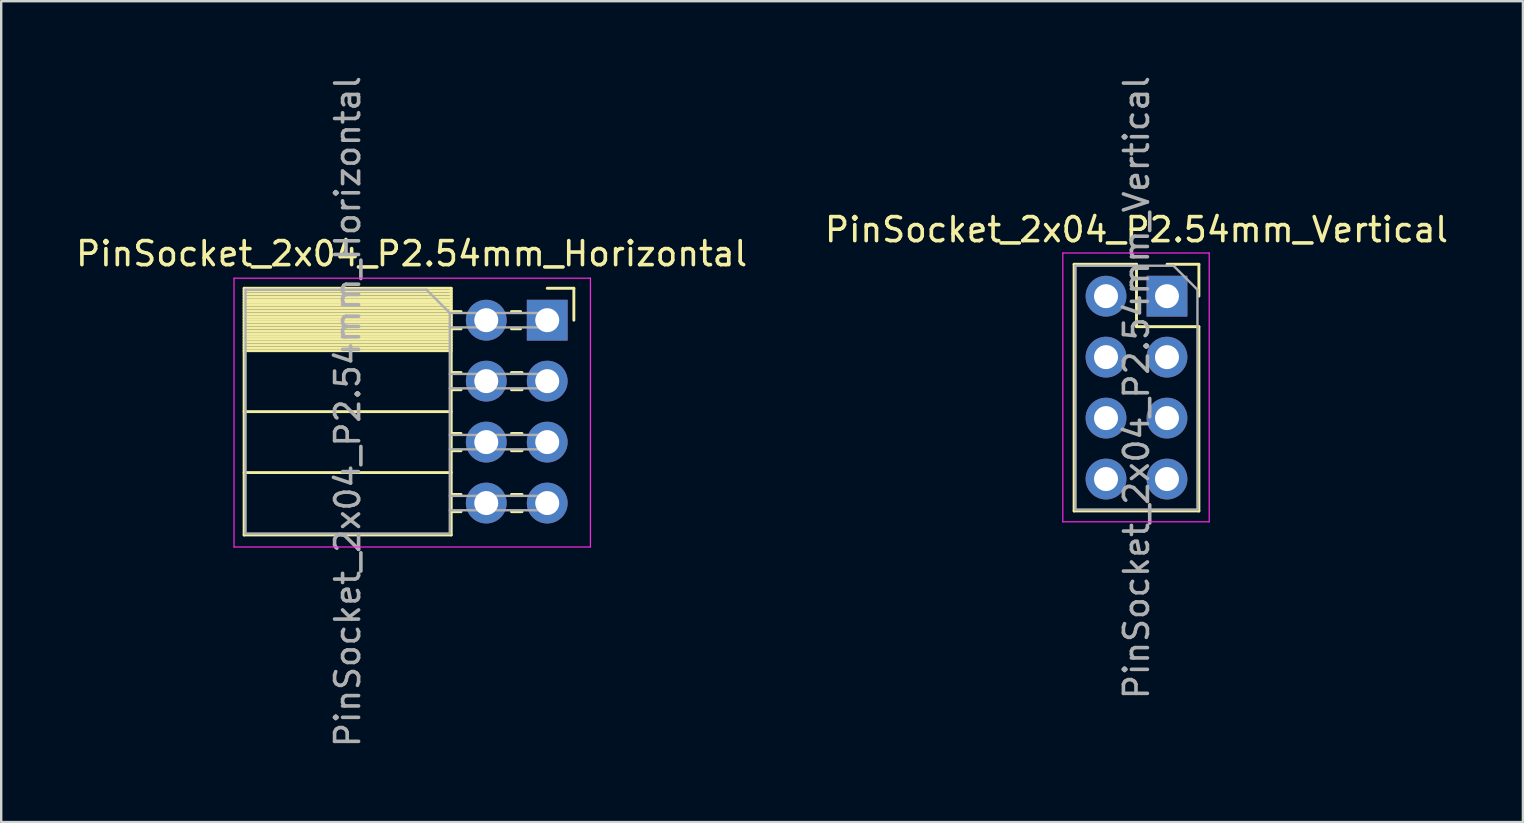
<source format=kicad_pcb>
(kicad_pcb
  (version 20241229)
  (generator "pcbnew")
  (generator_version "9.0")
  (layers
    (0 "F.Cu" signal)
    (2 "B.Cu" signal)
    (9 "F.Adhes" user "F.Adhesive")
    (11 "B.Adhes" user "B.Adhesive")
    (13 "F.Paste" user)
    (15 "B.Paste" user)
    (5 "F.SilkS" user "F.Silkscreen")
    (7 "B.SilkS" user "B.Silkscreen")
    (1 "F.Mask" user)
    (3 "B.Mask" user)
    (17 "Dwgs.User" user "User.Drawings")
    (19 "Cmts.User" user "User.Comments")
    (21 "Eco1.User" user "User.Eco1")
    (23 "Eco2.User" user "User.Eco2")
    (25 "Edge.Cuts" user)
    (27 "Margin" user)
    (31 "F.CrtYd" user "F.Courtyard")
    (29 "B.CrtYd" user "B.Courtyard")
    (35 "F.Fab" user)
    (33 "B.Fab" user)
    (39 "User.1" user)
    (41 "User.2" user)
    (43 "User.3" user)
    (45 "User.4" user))
  (footprint "PinSocket_2x04_P2.54mm_Horizontal"
    (layer "F.Cu")
    (at 19.751 10.291)
    (property "Reference" "PinSocket_2x04_P2.54mm_Horizontal" (at -5.65 -2.77 0) (layer "F.SilkS") (effects (font (size 1 1) (thickness 0.15))))
    (attr through_hole)
    (fp_line (start -12.63 -1.33) (end -12.63 8.95) (stroke (width 0.12) (type solid)) (layer "F.SilkS"))
    (fp_line (start -12.63 -1.33) (end -4 -1.33) (stroke (width 0.12) (type solid)) (layer "F.SilkS"))
    (fp_line (start -12.63 -1.21) (end -4 -1.21) (stroke (width 0.12) (type solid)) (layer "F.SilkS"))
    (fp_line (start -12.63 -1.092) (end -4 -1.092) (stroke (width 0.12) (type solid)) (layer "F.SilkS"))
    (fp_line (start -12.63 -0.974) (end -4 -0.974) (stroke (width 0.12) (type solid)) (layer "F.SilkS"))
    (fp_line (start -12.63 -0.856) (end -4 -0.856) (stroke (width 0.12) (type solid)) (layer "F.SilkS"))
    (fp_line (start -12.63 -0.738) (end -4 -0.738) (stroke (width 0.12) (type solid)) (layer "F.SilkS"))
    (fp_line (start -12.63 -0.62) (end -4 -0.62) (stroke (width 0.12) (type solid)) (layer "F.SilkS"))
    (fp_line (start -12.63 -0.501) (end -4 -0.501) (stroke (width 0.12) (type solid)) (layer "F.SilkS"))
    (fp_line (start -12.63 -0.383) (end -4 -0.383) (stroke (width 0.12) (type solid)) (layer "F.SilkS"))
    (fp_line (start -12.63 -0.265) (end -4 -0.265) (stroke (width 0.12) (type solid)) (layer "F.SilkS"))
    (fp_line (start -12.63 -0.147) (end -4 -0.147) (stroke (width 0.12) (type solid)) (layer "F.SilkS"))
    (fp_line (start -12.63 -0.029) (end -4 -0.029) (stroke (width 0.12) (type solid)) (layer "F.SilkS"))
    (fp_line (start -12.63 0.089) (end -4 0.089) (stroke (width 0.12) (type solid)) (layer "F.SilkS"))
    (fp_line (start -12.63 0.207) (end -4 0.207) (stroke (width 0.12) (type solid)) (layer "F.SilkS"))
    (fp_line (start -12.63 0.325) (end -4 0.325) (stroke (width 0.12) (type solid)) (layer "F.SilkS"))
    (fp_line (start -12.63 0.443) (end -4 0.443) (stroke (width 0.12) (type solid)) (layer "F.SilkS"))
    (fp_line (start -12.63 0.561) (end -4 0.561) (stroke (width 0.12) (type solid)) (layer "F.SilkS"))
    (fp_line (start -12.63 0.68) (end -4 0.68) (stroke (width 0.12) (type solid)) (layer "F.SilkS"))
    (fp_line (start -12.63 0.798) (end -4 0.798) (stroke (width 0.12) (type solid)) (layer "F.SilkS"))
    (fp_line (start -12.63 0.916) (end -4 0.916) (stroke (width 0.12) (type solid)) (layer "F.SilkS"))
    (fp_line (start -12.63 1.034) (end -4 1.034) (stroke (width 0.12) (type solid)) (layer "F.SilkS"))
    (fp_line (start -12.63 1.152) (end -4 1.152) (stroke (width 0.12) (type solid)) (layer "F.SilkS"))
    (fp_line (start -12.63 1.27) (end -4 1.27) (stroke (width 0.12) (type solid)) (layer "F.SilkS"))
    (fp_line (start -12.63 3.81) (end -4 3.81) (stroke (width 0.12) (type solid)) (layer "F.SilkS"))
    (fp_line (start -12.63 6.35) (end -4 6.35) (stroke (width 0.12) (type solid)) (layer "F.SilkS"))
    (fp_line (start -12.63 8.95) (end -4 8.95) (stroke (width 0.12) (type solid)) (layer "F.SilkS"))
    (fp_line (start -4 -1.33) (end -4 8.95) (stroke (width 0.12) (type solid)) (layer "F.SilkS"))
    (fp_line (start -4 -0.36) (end -3.59 -0.36) (stroke (width 0.12) (type solid)) (layer "F.SilkS"))
    (fp_line (start -4 0.36) (end -3.59 0.36) (stroke (width 0.12) (type solid)) (layer "F.SilkS"))
    (fp_line (start -4 2.18) (end -3.59 2.18) (stroke (width 0.12) (type solid)) (layer "F.SilkS"))
    (fp_line (start -4 2.9) (end -3.59 2.9) (stroke (width 0.12) (type solid)) (layer "F.SilkS"))
    (fp_line (start -4 4.72) (end -3.59 4.72) (stroke (width 0.12) (type solid)) (layer "F.SilkS"))
    (fp_line (start -4 5.44) (end -3.59 5.44) (stroke (width 0.12) (type solid)) (layer "F.SilkS"))
    (fp_line (start -4 7.26) (end -3.59 7.26) (stroke (width 0.12) (type solid)) (layer "F.SilkS"))
    (fp_line (start -4 7.98) (end -3.59 7.98) (stroke (width 0.12) (type solid)) (layer "F.SilkS"))
    (fp_line (start -1.49 -0.36) (end -1.11 -0.36) (stroke (width 0.12) (type solid)) (layer "F.SilkS"))
    (fp_line (start -1.49 0.36) (end -1.11 0.36) (stroke (width 0.12) (type solid)) (layer "F.SilkS"))
    (fp_line (start -1.49 2.18) (end -1.05 2.18) (stroke (width 0.12) (type solid)) (layer "F.SilkS"))
    (fp_line (start -1.49 2.9) (end -1.05 2.9) (stroke (width 0.12) (type solid)) (layer "F.SilkS"))
    (fp_line (start -1.49 4.72) (end -1.05 4.72) (stroke (width 0.12) (type solid)) (layer "F.SilkS"))
    (fp_line (start -1.49 5.44) (end -1.05 5.44) (stroke (width 0.12) (type solid)) (layer "F.SilkS"))
    (fp_line (start -1.49 7.26) (end -1.05 7.26) (stroke (width 0.12) (type solid)) (layer "F.SilkS"))
    (fp_line (start -1.49 7.98) (end -1.05 7.98) (stroke (width 0.12) (type solid)) (layer "F.SilkS"))
    (fp_line (start 0 -1.33) (end 1.11 -1.33) (stroke (width 0.12) (type solid)) (layer "F.SilkS"))
    (fp_line (start 1.11 -1.33) (end 1.11 0) (stroke (width 0.12) (type solid)) (layer "F.SilkS"))
    (fp_line (start -13.05 -1.75) (end -13.05 9.45) (stroke (width 0.05) (type solid)) (layer "F.CrtYd"))
    (fp_line (start -13.05 9.45) (end 1.8 9.45) (stroke (width 0.05) (type solid)) (layer "F.CrtYd"))
    (fp_line (start 1.8 -1.75) (end -13.05 -1.75) (stroke (width 0.05) (type solid)) (layer "F.CrtYd"))
    (fp_line (start 1.8 9.45) (end 1.8 -1.75) (stroke (width 0.05) (type solid)) (layer "F.CrtYd"))
    (fp_line (start -12.57 -1.27) (end -5.03 -1.27) (stroke (width 0.1) (type solid)) (layer "F.Fab"))
    (fp_line (start -12.57 8.89) (end -12.57 -1.27) (stroke (width 0.1) (type solid)) (layer "F.Fab"))
    (fp_line (start -5.03 -1.27) (end -4.06 -0.3) (stroke (width 0.1) (type solid)) (layer "F.Fab"))
    (fp_line (start -4.06 -0.3) (end -4.06 8.89) (stroke (width 0.1) (type solid)) (layer "F.Fab"))
    (fp_line (start -4.06 0.3) (end 0 0.3) (stroke (width 0.1) (type solid)) (layer "F.Fab"))
    (fp_line (start -4.06 2.84) (end 0 2.84) (stroke (width 0.1) (type solid)) (layer "F.Fab"))
    (fp_line (start -4.06 5.38) (end 0 5.38) (stroke (width 0.1) (type solid)) (layer "F.Fab"))
    (fp_line (start -4.06 7.92) (end 0 7.92) (stroke (width 0.1) (type solid)) (layer "F.Fab"))
    (fp_line (start -4.06 8.89) (end -12.57 8.89) (stroke (width 0.1) (type solid)) (layer "F.Fab"))
    (fp_line (start 0 -0.3) (end -4.06 -0.3) (stroke (width 0.1) (type solid)) (layer "F.Fab"))
    (fp_line (start 0 0.3) (end 0 -0.3) (stroke (width 0.1) (type solid)) (layer "F.Fab"))
    (fp_line (start 0 2.24) (end -4.06 2.24) (stroke (width 0.1) (type solid)) (layer "F.Fab"))
    (fp_line (start 0 2.84) (end 0 2.24) (stroke (width 0.1) (type solid)) (layer "F.Fab"))
    (fp_line (start 0 4.78) (end -4.06 4.78) (stroke (width 0.1) (type solid)) (layer "F.Fab"))
    (fp_line (start 0 5.38) (end 0 4.78) (stroke (width 0.1) (type solid)) (layer "F.Fab"))
    (fp_line (start 0 7.32) (end -4.06 7.32) (stroke (width 0.1) (type solid)) (layer "F.Fab"))
    (fp_line (start 0 7.92) (end 0 7.32) (stroke (width 0.1) (type solid)) (layer "F.Fab"))
    (fp_text user "${REFERENCE}" (at -8.315 3.81 90) (layer "F.Fab") (effects (font (size 1 1) (thickness 0.15))))
    (pad "1" thru_hole rect (at 0 0) (size 1.7 1.7) (drill 1) (layers "*.Cu" "*.Mask"))
    (pad "2" thru_hole oval (at -2.54 0) (size 1.7 1.7) (drill 1) (layers "*.Cu" "*.Mask"))
    (pad "3" thru_hole oval (at 0 2.54) (size 1.7 1.7) (drill 1) (layers "*.Cu" "*.Mask"))
    (pad "4" thru_hole oval (at -2.54 2.54) (size 1.7 1.7) (drill 1) (layers "*.Cu" "*.Mask"))
    (pad "5" thru_hole oval (at 0 5.08) (size 1.7 1.7) (drill 1) (layers "*.Cu" "*.Mask"))
    (pad "6" thru_hole oval (at -2.54 5.08) (size 1.7 1.7) (drill 1) (layers "*.Cu" "*.Mask"))
    (pad "7" thru_hole oval (at 0 7.62) (size 1.7 1.7) (drill 1) (layers "*.Cu" "*.Mask"))
    (pad "8" thru_hole oval (at -2.54 7.62) (size 1.7 1.7) (drill 1) (layers "*.Cu" "*.Mask")))
  (footprint "PinSocket_2x04_P2.54mm_Vertical"
    (layer "F.Cu")
    (at 45.574 9.291)
    (property "Reference" "PinSocket_2x04_P2.54mm_Vertical" (at -1.27 -2.77 0) (layer "F.SilkS") (effects (font (size 1 1) (thickness 0.15))))
    (attr through_hole)
    (fp_line (start -3.87 -1.33) (end -3.87 8.95) (stroke (width 0.12) (type solid)) (layer "F.SilkS"))
    (fp_line (start -3.87 -1.33) (end -1.27 -1.33) (stroke (width 0.12) (type solid)) (layer "F.SilkS"))
    (fp_line (start -3.87 8.95) (end 1.33 8.95) (stroke (width 0.12) (type solid)) (layer "F.SilkS"))
    (fp_line (start -1.27 -1.33) (end -1.27 1.27) (stroke (width 0.12) (type solid)) (layer "F.SilkS"))
    (fp_line (start -1.27 1.27) (end 1.33 1.27) (stroke (width 0.12) (type solid)) (layer "F.SilkS"))
    (fp_line (start 0 -1.33) (end 1.33 -1.33) (stroke (width 0.12) (type solid)) (layer "F.SilkS"))
    (fp_line (start 1.33 -1.33) (end 1.33 0) (stroke (width 0.12) (type solid)) (layer "F.SilkS"))
    (fp_line (start 1.33 1.27) (end 1.33 8.95) (stroke (width 0.12) (type solid)) (layer "F.SilkS"))
    (fp_line (start -4.34 -1.8) (end 1.76 -1.8) (stroke (width 0.05) (type solid)) (layer "F.CrtYd"))
    (fp_line (start -4.34 9.4) (end -4.34 -1.8) (stroke (width 0.05) (type solid)) (layer "F.CrtYd"))
    (fp_line (start 1.76 -1.8) (end 1.76 9.4) (stroke (width 0.05) (type solid)) (layer "F.CrtYd"))
    (fp_line (start 1.76 9.4) (end -4.34 9.4) (stroke (width 0.05) (type solid)) (layer "F.CrtYd"))
    (fp_line (start -3.81 -1.27) (end 0.27 -1.27) (stroke (width 0.1) (type solid)) (layer "F.Fab"))
    (fp_line (start -3.81 8.89) (end -3.81 -1.27) (stroke (width 0.1) (type solid)) (layer "F.Fab"))
    (fp_line (start 0.27 -1.27) (end 1.27 -0.27) (stroke (width 0.1) (type solid)) (layer "F.Fab"))
    (fp_line (start 1.27 -0.27) (end 1.27 8.89) (stroke (width 0.1) (type solid)) (layer "F.Fab"))
    (fp_line (start 1.27 8.89) (end -3.81 8.89) (stroke (width 0.1) (type solid)) (layer "F.Fab"))
    (fp_text user "${REFERENCE}" (at -1.27 3.81 90) (layer "F.Fab") (effects (font (size 1 1) (thickness 0.15))))
    (pad "1" thru_hole rect (at 0 0) (size 1.7 1.7) (drill 1) (layers "*.Cu" "*.Mask"))
    (pad "2" thru_hole oval (at -2.54 0) (size 1.7 1.7) (drill 1) (layers "*.Cu" "*.Mask"))
    (pad "3" thru_hole oval (at 0 2.54) (size 1.7 1.7) (drill 1) (layers "*.Cu" "*.Mask"))
    (pad "4" thru_hole oval (at -2.54 2.54) (size 1.7 1.7) (drill 1) (layers "*.Cu" "*.Mask"))
    (pad "5" thru_hole oval (at 0 5.08) (size 1.7 1.7) (drill 1) (layers "*.Cu" "*.Mask"))
    (pad "6" thru_hole oval (at -2.54 5.08) (size 1.7 1.7) (drill 1) (layers "*.Cu" "*.Mask"))
    (pad "7" thru_hole oval (at 0 7.62) (size 1.7 1.7) (drill 1) (layers "*.Cu" "*.Mask"))
    (pad "8" thru_hole oval (at -2.54 7.62) (size 1.7 1.7) (drill 1) (layers "*.Cu" "*.Mask")))
  (gr_rect
    (start -3 -3)
    (end 60.405 31.202)
    (stroke (width 0.1) (type default))
    (fill no)
    (layer "Edge.Cuts")))
</source>
